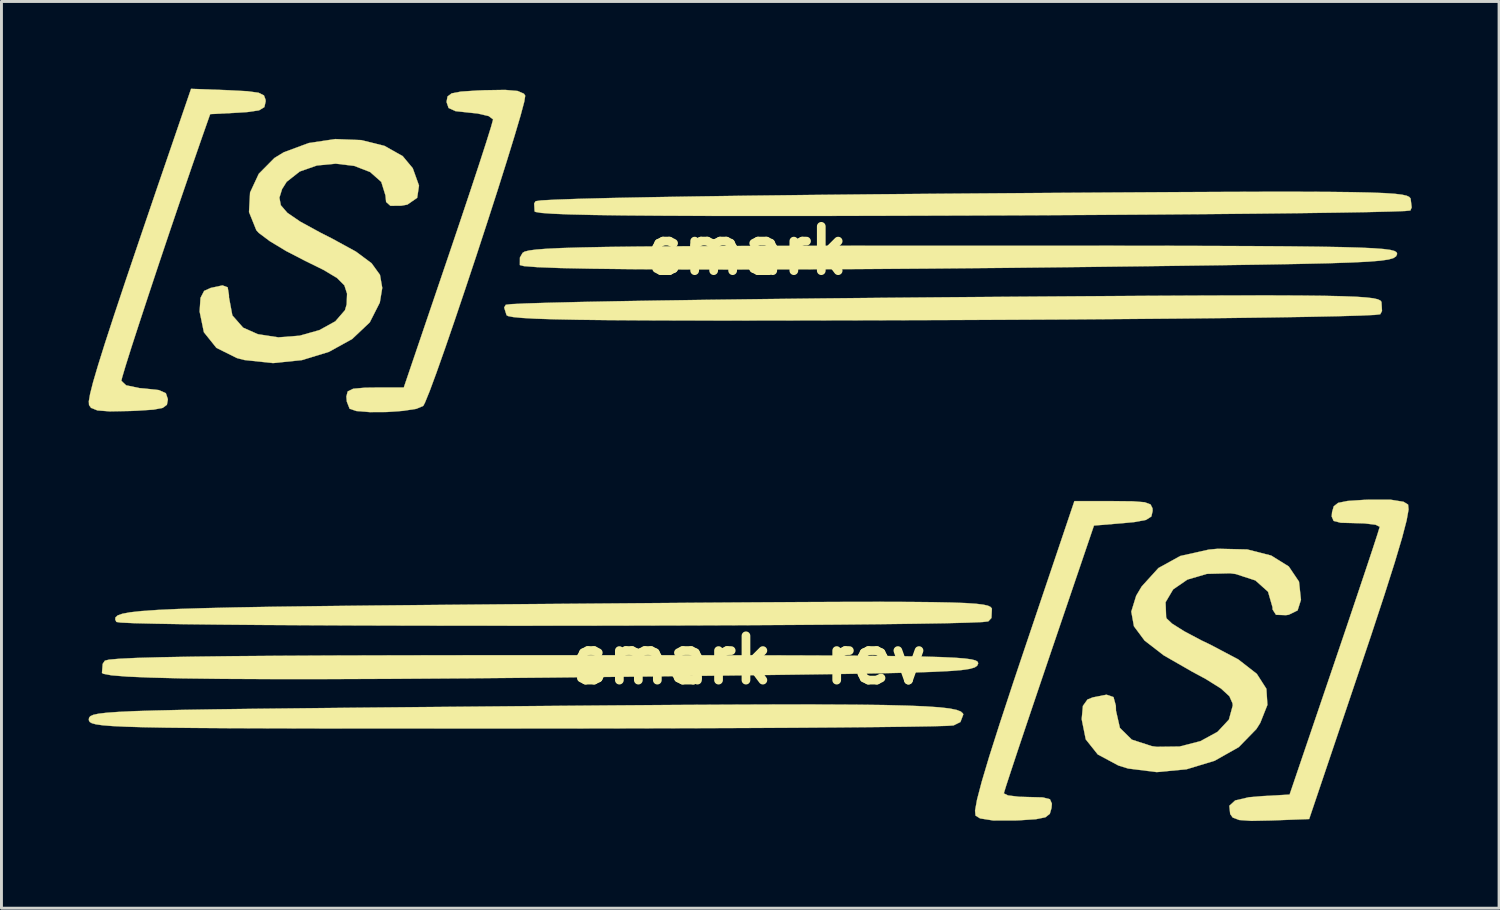
<source format=kicad_pcb>
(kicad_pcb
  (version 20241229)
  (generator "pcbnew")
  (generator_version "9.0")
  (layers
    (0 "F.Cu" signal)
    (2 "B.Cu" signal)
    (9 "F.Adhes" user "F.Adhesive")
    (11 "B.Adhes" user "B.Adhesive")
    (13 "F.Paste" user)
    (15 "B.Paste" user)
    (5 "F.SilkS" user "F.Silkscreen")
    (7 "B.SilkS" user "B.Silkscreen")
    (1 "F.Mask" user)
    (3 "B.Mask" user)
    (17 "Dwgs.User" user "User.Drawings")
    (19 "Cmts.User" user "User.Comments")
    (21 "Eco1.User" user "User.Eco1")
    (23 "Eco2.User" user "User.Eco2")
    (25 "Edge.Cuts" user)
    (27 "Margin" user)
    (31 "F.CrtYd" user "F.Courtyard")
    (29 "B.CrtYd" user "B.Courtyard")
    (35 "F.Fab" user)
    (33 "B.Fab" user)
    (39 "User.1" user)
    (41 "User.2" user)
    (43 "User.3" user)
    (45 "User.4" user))
  (footprint "smark-rev"
    (layer "F.Cu")
    (at 22.714 19.651)
    (property "Reference" "smark-rev" (at 0 0 0) (layer "F.SilkS") (effects (font (size 1.524 1.524) (thickness 0.3))))
    (attr through_hole)
    (fp_poly (pts (xy 22.506 -5.444) (xy 22.662 -5.348) (xy 22.679 -5.18) (xy 22.612 -4.805) (xy 22.455 -4.204) (xy 22.203 -3.358) (xy 21.85 -2.248) (xy 21.391 -0.852) (xy 21.048 0.168) (xy 19.26 5.467) (xy 17.954 5.516) (xy 17.271 5.53) (xy 16.854 5.5) (xy 16.631 5.416) (xy 16.544 5.294) (xy 16.515 5.011) (xy 16.716 4.827) (xy 17.186 4.718) (xy 17.662 4.678) (xy 18.587 4.626) (xy 20.131 0.084) (xy 20.529 -1.089) (xy 20.889 -2.159) (xy 21.199 -3.083) (xy 21.444 -3.821) (xy 21.61 -4.331) (xy 21.684 -4.572) (xy 21.687 -4.584) (xy 21.543 -4.655) (xy 21.161 -4.701) (xy 20.847 -4.71) (xy 20.345 -4.723) (xy 20.101 -4.786) (xy 20.035 -4.938) (xy 20.048 -5.088) (xy 20.105 -5.288) (xy 20.257 -5.407) (xy 20.58 -5.472) (xy 21.149 -5.51) (xy 21.295 -5.516) (xy 22.05 -5.517) (xy 22.506 -5.444)) (stroke (width 0.01) (type solid)) (fill yes) (layer "F.SilkS"))
    (fp_poly (pts (xy 13.202 -5.46) (xy 13.604 -5.428) (xy 13.805 -5.353) (xy 13.873 -5.219) (xy 13.877 -5.13) (xy 13.833 -4.938) (xy 13.648 -4.82) (xy 13.247 -4.746) (xy 12.868 -4.71) (xy 11.859 -4.626) (xy 10.315 -0.084) (xy 9.918 1.089) (xy 9.557 2.159) (xy 9.247 3.083) (xy 9.003 3.821) (xy 8.836 4.331) (xy 8.762 4.572) (xy 8.759 4.584) (xy 8.903 4.655) (xy 9.286 4.701) (xy 9.6 4.71) (xy 10.101 4.723) (xy 10.345 4.786) (xy 10.412 4.938) (xy 10.399 5.088) (xy 10.341 5.288) (xy 10.189 5.407) (xy 9.866 5.472) (xy 9.297 5.51) (xy 9.152 5.516) (xy 8.397 5.517) (xy 7.942 5.445) (xy 7.786 5.348) (xy 7.77 5.177) (xy 7.839 4.794) (xy 8 4.181) (xy 8.257 3.319) (xy 8.617 2.19) (xy 9.083 0.774) (xy 9.399 -0.168) (xy 11.186 -5.467) (xy 12.532 -5.467) (xy 13.202 -5.46)) (stroke (width 0.01) (type solid)) (fill yes) (layer "F.SilkS"))
    (fp_poly (pts (xy -4.433 -0.168) (xy -2.163 -0.167) (xy -0.189 -0.165) (xy 1.51 -0.161) (xy 2.955 -0.155) (xy 4.165 -0.147) (xy 5.161 -0.135) (xy 5.963 -0.121) (xy 6.593 -0.103) (xy 7.069 -0.081) (xy 7.414 -0.055) (xy 7.646 -0.023) (xy 7.787 0.013) (xy 7.857 0.055) (xy 7.876 0.104) (xy 7.874 0.126) (xy 7.842 0.195) (xy 7.757 0.253) (xy 7.59 0.302) (xy 7.313 0.342) (xy 6.898 0.376) (xy 6.316 0.405) (xy 5.539 0.431) (xy 4.539 0.454) (xy 3.288 0.476) (xy 1.756 0.498) (xy -0.083 0.523) (xy -0.086 0.523) (xy -3.617 0.566) (xy -6.819 0.601) (xy -9.698 0.627) (xy -12.261 0.645) (xy -14.515 0.654) (xy -16.467 0.654) (xy -18.123 0.646) (xy -19.491 0.629) (xy -20.577 0.602) (xy -21.388 0.568) (xy -21.93 0.524) (xy -22.212 0.471) (xy -22.257 0.441) (xy -22.232 0.13) (xy -22.157 0.02) (xy -22.015 -0.015) (xy -21.657 -0.046) (xy -21.07 -0.074) (xy -20.242 -0.097) (xy -19.161 -0.117) (xy -17.815 -0.134) (xy -16.191 -0.147) (xy -14.279 -0.157) (xy -12.065 -0.163) (xy -9.538 -0.167) (xy -7.019 -0.168) (xy -4.433 -0.168)) (stroke (width 0.01) (type solid)) (fill yes) (layer "F.SilkS"))
    (fp_poly (pts (xy 5.508 -2) (xy 6.317 -1.992) (xy 6.955 -1.979) (xy 7.443 -1.961) (xy 7.8 -1.937) (xy 8.048 -1.907) (xy 8.208 -1.872) (xy 8.299 -1.83) (xy 8.343 -1.782) (xy 8.349 -1.768) (xy 8.333 -1.447) (xy 8.225 -1.331) (xy 8.024 -1.308) (xy 7.518 -1.287) (xy 6.737 -1.267) (xy 5.709 -1.25) (xy 4.463 -1.234) (xy 3.029 -1.22) (xy 1.437 -1.209) (xy -0.285 -1.199) (xy -2.107 -1.192) (xy -4.001 -1.187) (xy -5.936 -1.183) (xy -7.883 -1.182) (xy -9.814 -1.183) (xy -11.699 -1.186) (xy -13.508 -1.191) (xy -15.213 -1.199) (xy -16.784 -1.208) (xy -18.192 -1.22) (xy -19.408 -1.234) (xy -20.402 -1.251) (xy -21.146 -1.269) (xy -21.609 -1.29) (xy -21.762 -1.312) (xy -21.801 -1.396) (xy -21.792 -1.47) (xy -21.717 -1.536) (xy -21.556 -1.593) (xy -21.288 -1.643) (xy -20.895 -1.686) (xy -20.356 -1.724) (xy -19.651 -1.757) (xy -18.761 -1.785) (xy -17.666 -1.811) (xy -16.347 -1.834) (xy -14.782 -1.855) (xy -12.954 -1.876) (xy -10.842 -1.896) (xy -8.425 -1.918) (xy -6.688 -1.932) (xy -4.102 -1.953) (xy -1.831 -1.971) (xy 0.144 -1.985) (xy 1.845 -1.995) (xy 3.292 -2.001) (xy 4.506 -2.003) (xy 5.508 -2)) (stroke (width 0.01) (type solid)) (fill yes) (layer "F.SilkS"))
    (fp_poly (pts (xy 2.458 1.528) (xy 3.649 1.534) (xy 4.635 1.546) (xy 5.434 1.566) (xy 6.065 1.592) (xy 6.546 1.625) (xy 6.897 1.665) (xy 7.135 1.714) (xy 7.281 1.77) (xy 7.352 1.835) (xy 7.365 1.871) (xy 7.266 2.131) (xy 7.031 2.247) (xy 6.808 2.262) (xy 6.274 2.277) (xy 5.453 2.291) (xy 4.37 2.304) (xy 3.051 2.316) (xy 1.52 2.327) (xy -0.197 2.336) (xy -2.076 2.343) (xy -4.092 2.348) (xy -6.219 2.352) (xy -8.032 2.353) (xy -10.59 2.353) (xy -12.832 2.352) (xy -14.78 2.351) (xy -16.453 2.347) (xy -17.873 2.342) (xy -19.06 2.334) (xy -20.035 2.324) (xy -20.82 2.309) (xy -21.434 2.291) (xy -21.898 2.269) (xy -22.234 2.242) (xy -22.462 2.21) (xy -22.602 2.172) (xy -22.677 2.129) (xy -22.705 2.078) (xy -22.709 2.039) (xy -22.699 1.98) (xy -22.655 1.928) (xy -22.554 1.883) (xy -22.373 1.844) (xy -22.092 1.811) (xy -21.686 1.782) (xy -21.134 1.756) (xy -20.414 1.734) (xy -19.503 1.713) (xy -18.378 1.694) (xy -17.018 1.676) (xy -15.4 1.658) (xy -13.502 1.638) (xy -11.301 1.617) (xy -10.051 1.606) (xy -7.234 1.58) (xy -4.735 1.559) (xy -2.535 1.543) (xy -0.615 1.533) (xy 1.043 1.527) (xy 2.458 1.528)) (stroke (width 0.01) (type solid)) (fill yes) (layer "F.SilkS"))
    (fp_poly (pts (xy 17.13 -3.805) (xy 17.954 -3.595) (xy 18.559 -3.219) (xy 18.911 -2.697) (xy 18.978 -2.071) (xy 18.862 -1.707) (xy 18.558 -1.559) (xy 18.461 -1.545) (xy 18.119 -1.557) (xy 18.003 -1.739) (xy 17.999 -1.821) (xy 17.846 -2.35) (xy 17.411 -2.739) (xy 16.73 -2.96) (xy 16.54 -2.985) (xy 15.743 -2.965) (xy 15.074 -2.769) (xy 14.583 -2.432) (xy 14.322 -1.99) (xy 14.341 -1.479) (xy 14.358 -1.431) (xy 14.546 -1.253) (xy 14.968 -0.988) (xy 15.55 -0.679) (xy 15.865 -0.528) (xy 16.823 -0.022) (xy 17.46 0.474) (xy 17.789 0.987) (xy 17.824 1.541) (xy 17.579 2.159) (xy 17.445 2.372) (xy 16.84 2.993) (xy 16.01 3.462) (xy 15.041 3.756) (xy 14.02 3.853) (xy 13.032 3.729) (xy 12.7 3.626) (xy 11.99 3.246) (xy 11.577 2.727) (xy 11.439 2.044) (xy 11.438 2.02) (xy 11.479 1.576) (xy 11.636 1.356) (xy 11.817 1.284) (xy 12.291 1.191) (xy 12.531 1.272) (xy 12.612 1.571) (xy 12.616 1.74) (xy 12.751 2.332) (xy 13.16 2.736) (xy 13.849 2.96) (xy 14.019 2.983) (xy 14.802 2.973) (xy 15.52 2.789) (xy 16.108 2.468) (xy 16.5 2.048) (xy 16.632 1.565) (xy 16.625 1.488) (xy 16.517 1.244) (xy 16.229 0.979) (xy 15.711 0.655) (xy 15.228 0.394) (xy 14.259 -0.162) (xy 13.6 -0.671) (xy 13.234 -1.163) (xy 13.143 -1.667) (xy 13.311 -2.213) (xy 13.5 -2.531) (xy 14.077 -3.166) (xy 14.828 -3.58) (xy 15.807 -3.799) (xy 16.12 -3.828) (xy 17.13 -3.805)) (stroke (width 0.01) (type solid)) (fill yes) (layer "F.SilkS")))
  (footprint "smark"
    (layer "F.Cu")
    (at 22.655 5.569)
    (property "Reference" "smark" (at 0 0 0) (layer "F.SilkS") (effects (font (size 1.524 1.524) (thickness 0.3))))
    (attr through_hole)
    (fp_poly (pts (xy -17.851 -5.516) (xy -17.199 -5.482) (xy -16.813 -5.43) (xy -16.627 -5.338) (xy -16.571 -5.186) (xy -16.569 -5.13) (xy -16.613 -4.935) (xy -16.797 -4.824) (xy -17.199 -4.765) (xy -17.523 -4.744) (xy -18.477 -4.694) (xy -18.755 -3.903) (xy -19.102 -2.903) (xy -19.475 -1.815) (xy -19.859 -0.684) (xy -20.237 0.442) (xy -20.594 1.517) (xy -20.915 2.493) (xy -21.185 3.324) (xy -21.386 3.963) (xy -21.505 4.364) (xy -21.531 4.477) (xy -21.37 4.631) (xy -20.911 4.728) (xy -20.732 4.743) (xy -20.24 4.797) (xy -20.001 4.904) (xy -19.934 5.102) (xy -19.933 5.13) (xy -19.965 5.302) (xy -20.107 5.408) (xy -20.426 5.469) (xy -20.991 5.506) (xy -21.239 5.516) (xy -21.93 5.529) (xy -22.353 5.496) (xy -22.574 5.408) (xy -22.643 5.311) (xy -22.65 5.181) (xy -22.606 4.928) (xy -22.505 4.529) (xy -22.338 3.961) (xy -22.1 3.201) (xy -21.782 2.225) (xy -21.377 1.01) (xy -20.877 -0.467) (xy -20.277 -2.229) (xy -20.015 -2.992) (xy -19.134 -5.564) (xy -17.851 -5.516)) (stroke (width 0.01) (type solid)) (fill yes) (layer "F.SilkS"))
    (fp_poly (pts (xy -7.902 -5.49) (xy -7.686 -5.396) (xy -7.642 -5.329) (xy -7.674 -5.125) (xy -7.801 -4.649) (xy -8.008 -3.949) (xy -8.279 -3.069) (xy -8.598 -2.057) (xy -8.952 -0.96) (xy -9.324 0.178) (xy -9.7 1.308) (xy -10.063 2.385) (xy -10.399 3.363) (xy -10.693 4.195) (xy -10.929 4.834) (xy -11.092 5.234) (xy -11.149 5.341) (xy -11.384 5.44) (xy -11.843 5.511) (xy -12.415 5.551) (xy -12.987 5.554) (xy -13.447 5.517) (xy -13.681 5.439) (xy -13.778 5.191) (xy -13.793 5.018) (xy -13.747 4.843) (xy -13.557 4.75) (xy -13.148 4.714) (xy -12.806 4.71) (xy -11.819 4.71) (xy -10.283 0.188) (xy -9.887 -0.985) (xy -9.528 -2.058) (xy -9.221 -2.988) (xy -8.98 -3.733) (xy -8.818 -4.251) (xy -8.749 -4.5) (xy -8.747 -4.512) (xy -8.898 -4.627) (xy -9.282 -4.716) (xy -9.546 -4.743) (xy -10.039 -4.797) (xy -10.277 -4.904) (xy -10.345 -5.102) (xy -10.345 -5.13) (xy -10.313 -5.302) (xy -10.172 -5.408) (xy -9.852 -5.469) (xy -9.287 -5.506) (xy -9.039 -5.516) (xy -8.333 -5.527) (xy -7.902 -5.49)) (stroke (width 0.01) (type solid)) (fill yes) (layer "F.SilkS"))
    (fp_poly (pts (xy 18.992 1.545) (xy 19.802 1.554) (xy 20.441 1.568) (xy 20.928 1.586) (xy 21.284 1.611) (xy 21.529 1.64) (xy 21.684 1.676) (xy 21.77 1.718) (xy 21.806 1.765) (xy 21.824 2.076) (xy 21.764 2.189) (xy 21.577 2.211) (xy 21.078 2.234) (xy 20.29 2.256) (xy 19.238 2.278) (xy 17.946 2.299) (xy 16.438 2.319) (xy 14.737 2.337) (xy 12.868 2.353) (xy 10.855 2.368) (xy 8.722 2.379) (xy 6.756 2.388) (xy 4.096 2.396) (xy 1.753 2.401) (xy -0.289 2.404) (xy -2.051 2.403) (xy -3.55 2.398) (xy -4.804 2.39) (xy -5.833 2.378) (xy -6.654 2.361) (xy -7.285 2.341) (xy -7.746 2.315) (xy -8.055 2.285) (xy -8.23 2.251) (xy -8.283 2.222) (xy -8.366 1.958) (xy -8.311 1.863) (xy -8.124 1.841) (xy -7.624 1.817) (xy -6.837 1.793) (xy -5.786 1.767) (xy -4.495 1.741) (xy -2.99 1.716) (xy -1.293 1.691) (xy 0.571 1.667) (xy 2.577 1.644) (xy 4.702 1.623) (xy 6.771 1.605) (xy 9.362 1.585) (xy 11.637 1.569) (xy 13.616 1.556) (xy 15.321 1.547) (xy 16.771 1.542) (xy 17.988 1.541) (xy 18.992 1.545)) (stroke (width 0.01) (type solid)) (fill yes) (layer "F.SilkS"))
    (fp_poly (pts (xy 19.975 -2.02) (xy 20.784 -2.011) (xy 21.421 -1.997) (xy 21.908 -1.978) (xy 22.264 -1.954) (xy 22.511 -1.924) (xy 22.67 -1.889) (xy 22.76 -1.847) (xy 22.803 -1.799) (xy 22.808 -1.787) (xy 22.845 -1.486) (xy 22.8 -1.38) (xy 22.617 -1.362) (xy 22.123 -1.344) (xy 21.341 -1.325) (xy 20.294 -1.307) (xy 19.008 -1.289) (xy 17.506 -1.272) (xy 15.812 -1.256) (xy 13.951 -1.241) (xy 11.947 -1.228) (xy 9.824 -1.216) (xy 7.741 -1.208) (xy 4.987 -1.199) (xy 2.554 -1.193) (xy 0.429 -1.192) (xy -1.404 -1.194) (xy -2.96 -1.201) (xy -4.253 -1.211) (xy -5.297 -1.226) (xy -6.108 -1.245) (xy -6.7 -1.269) (xy -7.088 -1.297) (xy -7.286 -1.33) (xy -7.319 -1.348) (xy -7.334 -1.623) (xy -7.283 -1.7) (xy -7.091 -1.727) (xy -6.581 -1.754) (xy -5.771 -1.782) (xy -4.68 -1.81) (xy -3.325 -1.837) (xy -1.725 -1.864) (xy 0.102 -1.89) (xy 2.138 -1.914) (xy 4.364 -1.937) (xy 6.762 -1.957) (xy 7.786 -1.965) (xy 10.371 -1.984) (xy 12.641 -1.999) (xy 14.616 -2.011) (xy 16.316 -2.019) (xy 17.762 -2.024) (xy 18.975 -2.024) (xy 19.975 -2.02)) (stroke (width 0.01) (type solid)) (fill yes) (layer "F.SilkS"))
    (fp_poly (pts (xy 10.021 -0.168) (xy 12.293 -0.167) (xy 14.268 -0.165) (xy 15.968 -0.161) (xy 17.414 -0.155) (xy 18.625 -0.147) (xy 19.622 -0.135) (xy 20.425 -0.121) (xy 21.056 -0.103) (xy 21.533 -0.081) (xy 21.878 -0.055) (xy 22.111 -0.024) (xy 22.253 0.013) (xy 22.323 0.055) (xy 22.343 0.103) (xy 22.34 0.126) (xy 22.308 0.196) (xy 22.221 0.255) (xy 22.051 0.305) (xy 21.769 0.346) (xy 21.345 0.38) (xy 20.751 0.409) (xy 19.958 0.435) (xy 18.938 0.458) (xy 17.66 0.481) (xy 16.097 0.504) (xy 14.716 0.523) (xy 11.738 0.561) (xy 8.909 0.593) (xy 6.246 0.617) (xy 3.763 0.635) (xy 1.478 0.646) (xy -0.595 0.65) (xy -2.44 0.647) (xy -4.04 0.637) (xy -5.38 0.621) (xy -6.445 0.599) (xy -7.218 0.569) (xy -7.684 0.533) (xy -7.826 0.497) (xy -7.824 0.238) (xy -7.732 0.077) (xy -7.661 0.034) (xy -7.51 -0.004) (xy -7.259 -0.037) (xy -6.889 -0.065) (xy -6.379 -0.089) (xy -5.71 -0.109) (xy -4.861 -0.126) (xy -3.813 -0.139) (xy -2.546 -0.149) (xy -1.04 -0.157) (xy 0.726 -0.163) (xy 2.771 -0.166) (xy 5.114 -0.168) (xy 7.434 -0.168) (xy 10.021 -0.168)) (stroke (width 0.01) (type solid)) (fill yes) (layer "F.SilkS"))
    (fp_poly (pts (xy -13.282 -3.801) (xy -12.484 -3.603) (xy -11.856 -3.25) (xy -11.509 -2.833) (xy -11.295 -2.236) (xy -11.358 -1.816) (xy -11.694 -1.583) (xy -11.901 -1.545) (xy -12.278 -1.541) (xy -12.426 -1.673) (xy -12.448 -1.898) (xy -12.592 -2.363) (xy -12.976 -2.703) (xy -13.523 -2.914) (xy -14.159 -2.99) (xy -14.808 -2.927) (xy -15.396 -2.721) (xy -15.846 -2.367) (xy -16.004 -2.116) (xy -16.096 -1.821) (xy -16.048 -1.561) (xy -15.822 -1.299) (xy -15.38 -0.997) (xy -14.684 -0.617) (xy -14.284 -0.414) (xy -13.463 0.035) (xy -12.926 0.434) (xy -12.637 0.834) (xy -12.559 1.282) (xy -12.643 1.788) (xy -12.988 2.467) (xy -13.594 3.04) (xy -14.394 3.482) (xy -15.323 3.766) (xy -16.315 3.868) (xy -17.303 3.762) (xy -17.558 3.695) (xy -18.262 3.345) (xy -18.693 2.807) (xy -18.84 2.095) (xy -18.84 2.093) (xy -18.809 1.625) (xy -18.685 1.386) (xy -18.461 1.284) (xy -18.054 1.196) (xy -17.875 1.262) (xy -17.831 1.529) (xy -17.83 1.609) (xy -17.714 2.228) (xy -17.343 2.65) (xy -16.835 2.875) (xy -16.132 2.983) (xy -15.4 2.926) (xy -14.72 2.734) (xy -14.173 2.432) (xy -13.841 2.049) (xy -13.783 1.85) (xy -13.769 1.48) (xy -13.861 1.195) (xy -14.113 0.942) (xy -14.577 0.664) (xy -15.207 0.354) (xy -15.865 0.014) (xy -16.426 -0.325) (xy -16.804 -0.608) (xy -16.889 -0.701) (xy -17.141 -1.327) (xy -17.105 -1.998) (xy -16.805 -2.642) (xy -16.269 -3.184) (xy -15.947 -3.381) (xy -15.087 -3.7) (xy -14.174 -3.836) (xy -13.282 -3.801)) (stroke (width 0.01) (type solid)) (fill yes) (layer "F.SilkS")))
  (gr_rect
    (start -3 -3)
    (end 48.505 28.185)
    (stroke (width 0.1) (type default))
    (fill no)
    (layer "Edge.Cuts")))
</source>
